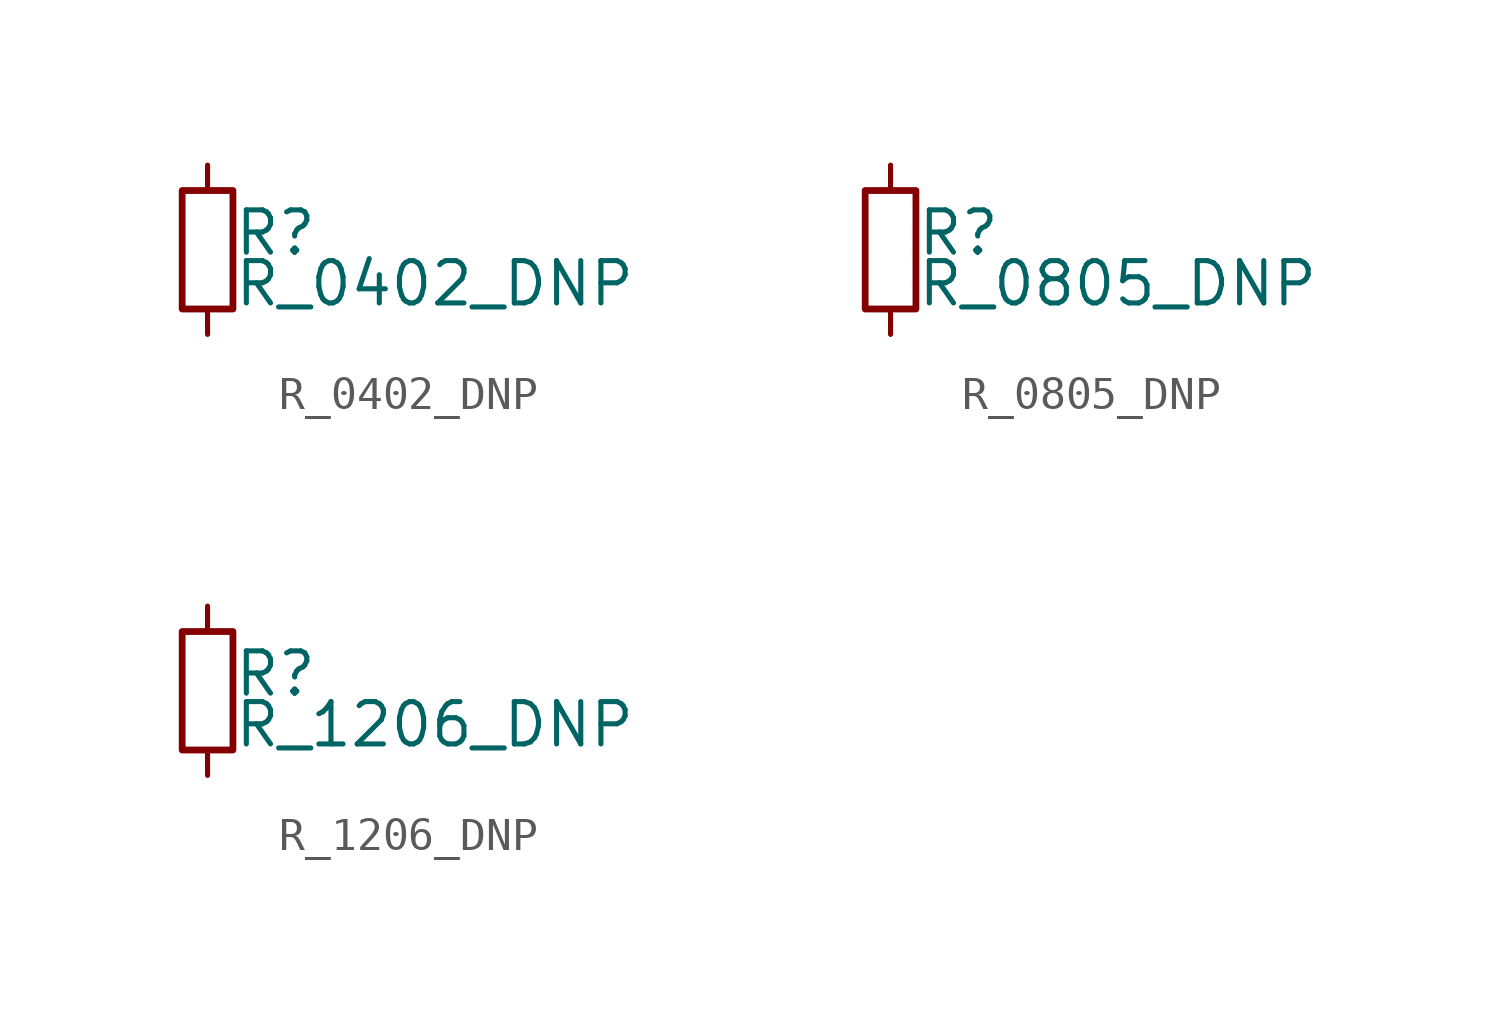
<source format=kicad_sym>
(kicad_symbol_lib
  (version 20211014)
  (generator kicad_symbol_editor)
  (symbol "R_0402_DNP"
    (pin_numbers hide)
    (pin_names
      (offset 0.254) hide)
    (property "Reference" "R"
      (at 0.762 0.508 0)
      (effects (font (size 1.27 1.27)) (justify left)))
    (property "Value" "R_0402_DNP"
      (at 0.762 -1.016 0)
      (effects (font (size 1.27 1.27)) (justify left)))
    (symbol "R_0402_DNP_0_1"
      (rectangle (start -0.762 1.778) (end 0.762 -1.778) (stroke (width 0.203) (type default) (color 0 0 0 0)) (fill (type none))))
    (symbol "R_0402_DNP_1_1"
      (pin passive line (at 0 2.54 270) (length 0.762) (name "~" (effects (font (size 1.27 1.27)))) (number "1" (effects (font (size 1.27 1.27)))))
      (pin passive line (at 0 -2.54 90) (length 0.762) (name "~" (effects (font (size 1.27 1.27)))) (number "2" (effects (font (size 1.27 1.27)))))))
  (symbol "R_0805_DNP"
    (pin_numbers hide)
    (pin_names
      (offset 0.254) hide)
    (property "Reference" "R"
      (at 0.762 0.508 0)
      (effects (font (size 1.27 1.27)) (justify left)))
    (property "Value" "R_0805_DNP"
      (at 0.762 -1.016 0)
      (effects (font (size 1.27 1.27)) (justify left)))
    (symbol "R_0805_DNP_0_1"
      (rectangle (start -0.762 1.778) (end 0.762 -1.778) (stroke (width 0.203) (type default) (color 0 0 0 0)) (fill (type none))))
    (symbol "R_0805_DNP_1_1"
      (pin passive line (at 0 2.54 270) (length 0.762) (name "~" (effects (font (size 1.27 1.27)))) (number "1" (effects (font (size 1.27 1.27)))))
      (pin passive line (at 0 -2.54 90) (length 0.762) (name "~" (effects (font (size 1.27 1.27)))) (number "2" (effects (font (size 1.27 1.27)))))))
  (symbol "R_1206_DNP"
    (pin_numbers hide)
    (pin_names
      (offset 0.254) hide)
    (property "Reference" "R"
      (at 0.762 0.508 0)
      (effects (font (size 1.27 1.27)) (justify left)))
    (property "Value" "R_1206_DNP"
      (at 0.762 -1.016 0)
      (effects (font (size 1.27 1.27)) (justify left)))
    (symbol "R_1206_DNP_0_1"
      (rectangle (start -0.762 1.778) (end 0.762 -1.778) (stroke (width 0.203) (type default) (color 0 0 0 0)) (fill (type none))))
    (symbol "R_1206_DNP_1_1"
      (pin passive line (at 0 2.54 270) (length 0.762) (name "~" (effects (font (size 1.27 1.27)))) (number "1" (effects (font (size 1.27 1.27)))))
      (pin passive line (at 0 -2.54 90) (length 0.762) (name "~" (effects (font (size 1.27 1.27)))) (number "2" (effects (font (size 1.27 1.27))))))))
</source>
